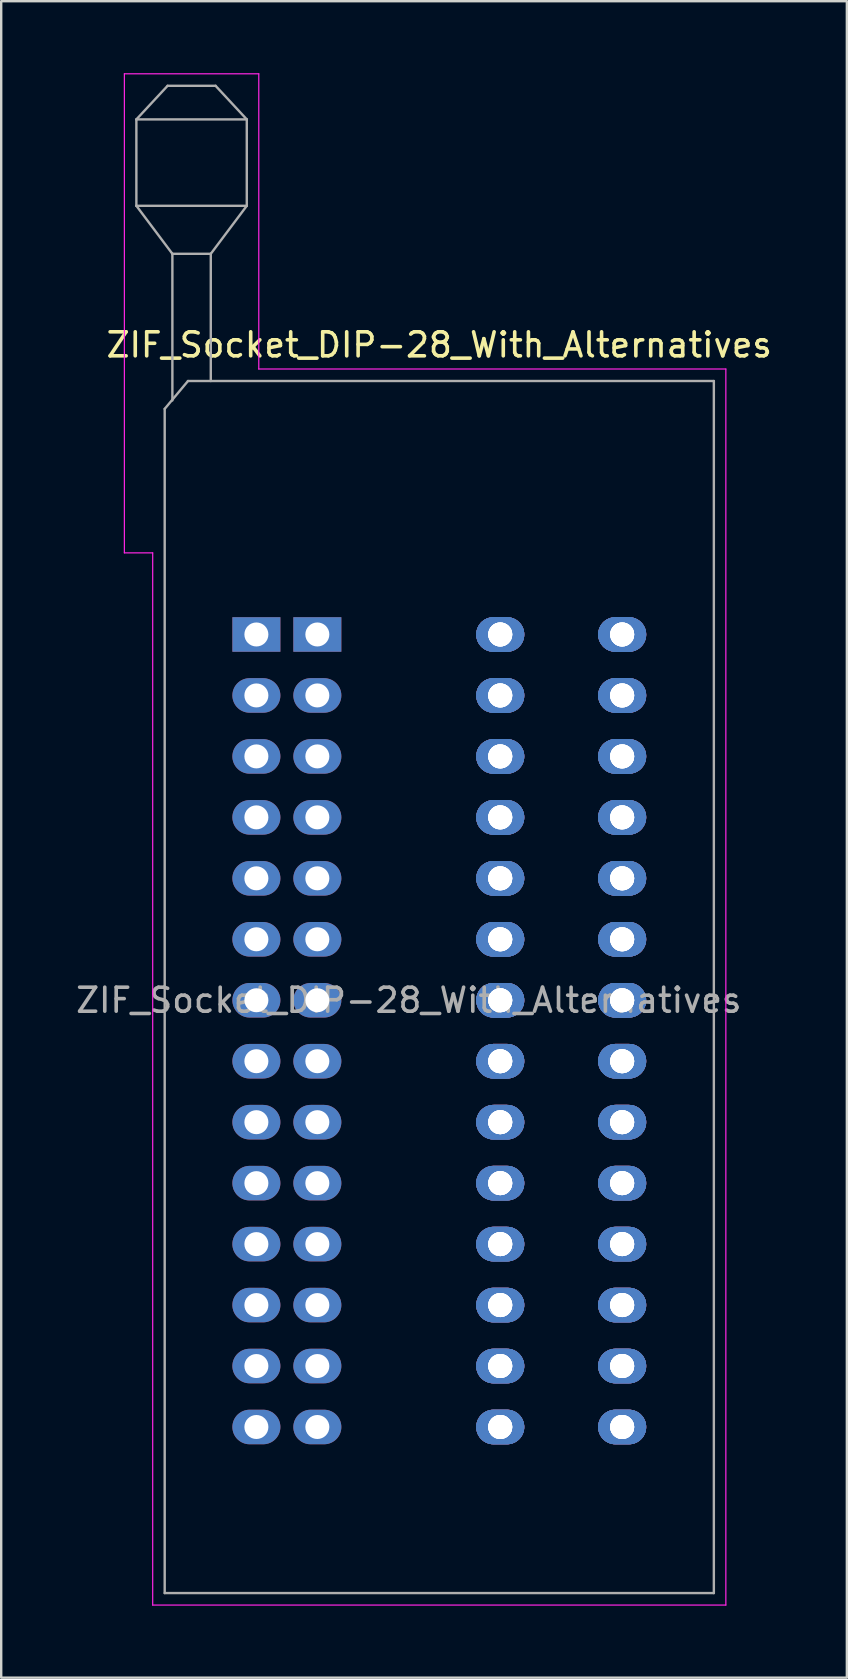
<source format=kicad_pcb>
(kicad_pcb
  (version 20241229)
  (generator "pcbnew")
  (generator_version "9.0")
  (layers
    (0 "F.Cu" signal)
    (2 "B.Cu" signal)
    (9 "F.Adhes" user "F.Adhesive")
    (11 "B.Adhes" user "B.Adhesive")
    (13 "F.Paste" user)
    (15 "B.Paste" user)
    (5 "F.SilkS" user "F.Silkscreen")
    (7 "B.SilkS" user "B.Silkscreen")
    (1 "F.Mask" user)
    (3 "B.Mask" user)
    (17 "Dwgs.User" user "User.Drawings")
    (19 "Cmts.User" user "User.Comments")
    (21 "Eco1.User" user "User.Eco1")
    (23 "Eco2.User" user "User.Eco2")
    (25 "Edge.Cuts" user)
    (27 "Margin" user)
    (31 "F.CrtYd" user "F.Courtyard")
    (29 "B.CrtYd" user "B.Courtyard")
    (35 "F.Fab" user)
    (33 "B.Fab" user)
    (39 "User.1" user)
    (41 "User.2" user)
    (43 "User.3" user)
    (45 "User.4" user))
  (footprint "ZIF_Socket_DIP-28_With_Alternatives"
    (layer "F.Cu")
    (at 7.632 23.385)
    (property "Reference" "ZIF_Socket_DIP-28_With_Alternatives" (at 7.62 -12.065 0) (layer "F.SilkS") (effects (font (size 1 1) (thickness 0.15))))
    (attr through_hole)
    (fp_line (start -5.5 -23.36) (end 0.1 -23.36) (stroke (width 0.05) (type solid)) (layer "F.CrtYd"))
    (fp_line (start -5.5 -3.4) (end -5.5 -23.36) (stroke (width 0.05) (type solid)) (layer "F.CrtYd"))
    (fp_line (start -4.32 -3.4) (end -5.5 -3.4) (stroke (width 0.05) (type solid)) (layer "F.CrtYd"))
    (fp_line (start -4.32 40.44) (end -4.32 -3.4) (stroke (width 0.05) (type solid)) (layer "F.CrtYd"))
    (fp_line (start 0.1 -23.36) (end 0.1 -11.06) (stroke (width 0.05) (type solid)) (layer "F.CrtYd"))
    (fp_line (start 0.1 -11.06) (end 19.56 -11.06) (stroke (width 0.05) (type solid)) (layer "F.CrtYd"))
    (fp_line (start 19.56 -11.06) (end 19.56 40.44) (stroke (width 0.05) (type solid)) (layer "F.CrtYd"))
    (fp_line (start 19.56 40.44) (end -4.32 40.44) (stroke (width 0.05) (type solid)) (layer "F.CrtYd"))
    (fp_line (start -5 -21.46) (end -5 -17.86) (stroke (width 0.1) (type solid)) (layer "F.Fab"))
    (fp_line (start -5 -21.46) (end -3.7 -22.86) (stroke (width 0.1) (type solid)) (layer "F.Fab"))
    (fp_line (start -5 -17.86) (end -3.5 -15.86) (stroke (width 0.1) (type solid)) (layer "F.Fab"))
    (fp_line (start -5 -17.86) (end -0.4 -17.86) (stroke (width 0.1) (type solid)) (layer "F.Fab"))
    (fp_line (start -3.82 -9.4) (end -2.85 -10.56) (stroke (width 0.1) (type solid)) (layer "F.Fab"))
    (fp_line (start -3.82 39.94) (end -3.82 -9.4) (stroke (width 0.1) (type solid)) (layer "F.Fab"))
    (fp_line (start -3.7 -22.86) (end -1.7 -22.86) (stroke (width 0.1) (type solid)) (layer "F.Fab"))
    (fp_line (start -3.5 -15.86) (end -1.9 -15.86) (stroke (width 0.1) (type solid)) (layer "F.Fab"))
    (fp_line (start -3.5 -9.75) (end -3.5 -15.86) (stroke (width 0.1) (type solid)) (layer "F.Fab"))
    (fp_line (start -2.85 -10.56) (end 19.06 -10.56) (stroke (width 0.1) (type solid)) (layer "F.Fab"))
    (fp_line (start -1.9 -15.86) (end -1.9 -10.56) (stroke (width 0.1) (type solid)) (layer "F.Fab"))
    (fp_line (start -1.7 -22.86) (end -0.4 -21.46) (stroke (width 0.1) (type solid)) (layer "F.Fab"))
    (fp_line (start -0.4 -21.46) (end -5 -21.46) (stroke (width 0.1) (type solid)) (layer "F.Fab"))
    (fp_line (start -0.4 -17.86) (end -1.9 -15.86) (stroke (width 0.1) (type solid)) (layer "F.Fab"))
    (fp_line (start -0.4 -17.86) (end -0.4 -21.46) (stroke (width 0.1) (type solid)) (layer "F.Fab"))
    (fp_line (start 19.06 -10.56) (end 19.06 39.94) (stroke (width 0.1) (type solid)) (layer "F.Fab"))
    (fp_line (start 19.06 39.94) (end -3.82 39.94) (stroke (width 0.1) (type solid)) (layer "F.Fab"))
    (fp_text user "${REFERENCE}" (at 6.35 15.24 0) (layer "F.Fab") (effects (font (size 1 1) (thickness 0.15))))
    (pad "1" thru_hole rect (at 0 0) (size 2 1.44) (drill 1) (layers "*.Cu" "*.Mask"))
    (pad "1" thru_hole rect (at 2.54 0) (size 2 1.44) (drill 1) (layers "*.Cu" "*.Mask"))
    (pad "2" thru_hole oval (at 0 2.54) (size 2 1.44) (drill 1) (layers "*.Cu" "*.Mask"))
    (pad "2" thru_hole oval (at 2.54 2.54) (size 2 1.44) (drill 1) (layers "*.Cu" "*.Mask"))
    (pad "3" thru_hole oval (at 0 5.08) (size 2 1.44) (drill 1) (layers "*.Cu" "*.Mask"))
    (pad "3" thru_hole oval (at 2.54 5.08) (size 2 1.44) (drill 1) (layers "*.Cu" "*.Mask"))
    (pad "4" thru_hole oval (at 0 7.62) (size 2 1.44) (drill 1) (layers "*.Cu" "*.Mask"))
    (pad "4" thru_hole oval (at 2.54 7.62) (size 2 1.44) (drill 1) (layers "*.Cu" "*.Mask"))
    (pad "5" thru_hole oval (at 0 10.16) (size 2 1.44) (drill 1) (layers "*.Cu" "*.Mask"))
    (pad "5" thru_hole oval (at 2.54 10.16) (size 2 1.44) (drill 1) (layers "*.Cu" "*.Mask"))
    (pad "6" thru_hole oval (at 0 12.7) (size 2 1.44) (drill 1) (layers "*.Cu" "*.Mask"))
    (pad "6" thru_hole oval (at 2.54 12.7) (size 2 1.44) (drill 1) (layers "*.Cu" "*.Mask"))
    (pad "7" thru_hole oval (at 0 15.24) (size 2 1.44) (drill 1) (layers "*.Cu" "*.Mask"))
    (pad "7" thru_hole oval (at 2.54 15.24) (size 2 1.44) (drill 1) (layers "*.Cu" "*.Mask"))
    (pad "8" thru_hole oval (at 0 17.78) (size 2 1.44) (drill 1) (layers "*.Cu" "*.Mask"))
    (pad "8" thru_hole oval (at 2.54 17.78) (size 2 1.44) (drill 1) (layers "*.Cu" "*.Mask"))
    (pad "9" thru_hole oval (at 0 20.32) (size 2 1.44) (drill 1) (layers "*.Cu" "*.Mask"))
    (pad "9" thru_hole oval (at 2.54 20.32) (size 2 1.44) (drill 1) (layers "*.Cu" "*.Mask"))
    (pad "10" thru_hole oval (at 0 22.86) (size 2 1.44) (drill 1) (layers "*.Cu" "*.Mask"))
    (pad "10" thru_hole oval (at 2.54 22.86) (size 2 1.44) (drill 1) (layers "*.Cu" "*.Mask"))
    (pad "11" thru_hole oval (at 0 25.4) (size 2 1.44) (drill 1) (layers "*.Cu" "*.Mask"))
    (pad "11" thru_hole oval (at 2.54 25.4) (size 2 1.44) (drill 1) (layers "*.Cu" "*.Mask"))
    (pad "12" thru_hole oval (at 0 27.94) (size 2 1.44) (drill 1) (layers "*.Cu" "*.Mask"))
    (pad "12" thru_hole oval (at 2.54 27.94) (size 2 1.44) (drill 1) (layers "*.Cu" "*.Mask"))
    (pad "13" thru_hole oval (at 0 30.48) (size 2 1.44) (drill 1) (layers "*.Cu" "*.Mask"))
    (pad "13" thru_hole oval (at 2.54 30.48) (size 2 1.44) (drill 1) (layers "*.Cu" "*.Mask"))
    (pad "14" thru_hole oval (at 0 33.02) (size 2 1.44) (drill 1) (layers "*.Cu" "*.Mask"))
    (pad "14" thru_hole oval (at 2.54 33.02) (size 2 1.44) (drill 1) (layers "*.Cu" "*.Mask"))
    (pad "15" thru_hole oval (at 10.16 33.02) (size 2 1.44) (drill 1) (layers "*.Cu" "*.Mask"))
    (pad "15" thru_hole oval (at 10.16 33.02) (size 2 1.44) (drill 1) (layers "*.Cu" "*.Mask"))
    (pad "15" thru_hole oval (at 10.16 33.02) (size 2 1.44) (drill 1) (layers "*.Cu" "*.Mask"))
    (pad "15" thru_hole oval (at 10.16 33.02) (size 2 1.44) (drill 1) (layers "*.Cu" "*.Mask"))
    (pad "15" thru_hole oval (at 15.24 33.02) (size 2 1.44) (drill 1) (layers "*.Cu" "*.Mask"))
    (pad "15" thru_hole oval (at 15.24 33.02) (size 2 1.44) (drill 1) (layers "*.Cu" "*.Mask"))
    (pad "15" thru_hole oval (at 15.24 33.02) (size 2 1.44) (drill 1) (layers "*.Cu" "*.Mask"))
    (pad "15" thru_hole oval (at 15.24 33.02) (size 2 1.44) (drill 1) (layers "*.Cu" "*.Mask"))
    (pad "16" thru_hole oval (at 10.16 30.48) (size 2 1.44) (drill 1) (layers "*.Cu" "*.Mask"))
    (pad "16" thru_hole oval (at 10.16 30.48) (size 2 1.44) (drill 1) (layers "*.Cu" "*.Mask"))
    (pad "16" thru_hole oval (at 10.16 30.48) (size 2 1.44) (drill 1) (layers "*.Cu" "*.Mask"))
    (pad "16" thru_hole oval (at 10.16 30.48) (size 2 1.44) (drill 1) (layers "*.Cu" "*.Mask"))
    (pad "16" thru_hole oval (at 15.24 30.48) (size 2 1.44) (drill 1) (layers "*.Cu" "*.Mask"))
    (pad "16" thru_hole oval (at 15.24 30.48) (size 2 1.44) (drill 1) (layers "*.Cu" "*.Mask"))
    (pad "16" thru_hole oval (at 15.24 30.48) (size 2 1.44) (drill 1) (layers "*.Cu" "*.Mask"))
    (pad "16" thru_hole oval (at 15.24 30.48) (size 2 1.44) (drill 1) (layers "*.Cu" "*.Mask"))
    (pad "17" thru_hole oval (at 10.16 27.94) (size 2 1.44) (drill 1) (layers "*.Cu" "*.Mask"))
    (pad "17" thru_hole oval (at 10.16 27.94) (size 2 1.44) (drill 1) (layers "*.Cu" "*.Mask"))
    (pad "17" thru_hole oval (at 10.16 27.94) (size 2 1.44) (drill 1) (layers "*.Cu" "*.Mask"))
    (pad "17" thru_hole oval (at 10.16 27.94) (size 2 1.44) (drill 1) (layers "*.Cu" "*.Mask"))
    (pad "17" thru_hole oval (at 15.24 27.94) (size 2 1.44) (drill 1) (layers "*.Cu" "*.Mask"))
    (pad "17" thru_hole oval (at 15.24 27.94) (size 2 1.44) (drill 1) (layers "*.Cu" "*.Mask"))
    (pad "17" thru_hole oval (at 15.24 27.94) (size 2 1.44) (drill 1) (layers "*.Cu" "*.Mask"))
    (pad "17" thru_hole oval (at 15.24 27.94) (size 2 1.44) (drill 1) (layers "*.Cu" "*.Mask"))
    (pad "18" thru_hole oval (at 10.16 25.4) (size 2 1.44) (drill 1) (layers "*.Cu" "*.Mask"))
    (pad "18" thru_hole oval (at 10.16 25.4) (size 2 1.44) (drill 1) (layers "*.Cu" "*.Mask"))
    (pad "18" thru_hole oval (at 10.16 25.4) (size 2 1.44) (drill 1) (layers "*.Cu" "*.Mask"))
    (pad "18" thru_hole oval (at 10.16 25.4) (size 2 1.44) (drill 1) (layers "*.Cu" "*.Mask"))
    (pad "18" thru_hole oval (at 15.24 25.4) (size 2 1.44) (drill 1) (layers "*.Cu" "*.Mask"))
    (pad "18" thru_hole oval (at 15.24 25.4) (size 2 1.44) (drill 1) (layers "*.Cu" "*.Mask"))
    (pad "18" thru_hole oval (at 15.24 25.4) (size 2 1.44) (drill 1) (layers "*.Cu" "*.Mask"))
    (pad "18" thru_hole oval (at 15.24 25.4) (size 2 1.44) (drill 1) (layers "*.Cu" "*.Mask"))
    (pad "19" thru_hole oval (at 10.16 22.86) (size 2 1.44) (drill 1) (layers "*.Cu" "*.Mask"))
    (pad "19" thru_hole oval (at 10.16 22.86) (size 2 1.44) (drill 1) (layers "*.Cu" "*.Mask"))
    (pad "19" thru_hole oval (at 10.16 22.86) (size 2 1.44) (drill 1) (layers "*.Cu" "*.Mask"))
    (pad "19" thru_hole oval (at 10.16 22.86) (size 2 1.44) (drill 1) (layers "*.Cu" "*.Mask"))
    (pad "19" thru_hole oval (at 15.24 22.86) (size 2 1.44) (drill 1) (layers "*.Cu" "*.Mask"))
    (pad "19" thru_hole oval (at 15.24 22.86) (size 2 1.44) (drill 1) (layers "*.Cu" "*.Mask"))
    (pad "19" thru_hole oval (at 15.24 22.86) (size 2 1.44) (drill 1) (layers "*.Cu" "*.Mask"))
    (pad "19" thru_hole oval (at 15.24 22.86) (size 2 1.44) (drill 1) (layers "*.Cu" "*.Mask"))
    (pad "20" thru_hole oval (at 10.16 20.32) (size 2 1.44) (drill 1) (layers "*.Cu" "*.Mask"))
    (pad "20" thru_hole oval (at 10.16 20.32) (size 2 1.44) (drill 1) (layers "*.Cu" "*.Mask"))
    (pad "20" thru_hole oval (at 10.16 20.32) (size 2 1.44) (drill 1) (layers "*.Cu" "*.Mask"))
    (pad "20" thru_hole oval (at 10.16 20.32) (size 2 1.44) (drill 1) (layers "*.Cu" "*.Mask"))
    (pad "20" thru_hole oval (at 15.24 20.32) (size 2 1.44) (drill 1) (layers "*.Cu" "*.Mask"))
    (pad "20" thru_hole oval (at 15.24 20.32) (size 2 1.44) (drill 1) (layers "*.Cu" "*.Mask"))
    (pad "20" thru_hole oval (at 15.24 20.32) (size 2 1.44) (drill 1) (layers "*.Cu" "*.Mask"))
    (pad "20" thru_hole oval (at 15.24 20.32) (size 2 1.44) (drill 1) (layers "*.Cu" "*.Mask"))
    (pad "21" thru_hole oval (at 10.16 17.78) (size 2 1.44) (drill 1) (layers "*.Cu" "*.Mask"))
    (pad "21" thru_hole oval (at 10.16 17.78) (size 2 1.44) (drill 1) (layers "*.Cu" "*.Mask"))
    (pad "21" thru_hole oval (at 10.16 17.78) (size 2 1.44) (drill 1) (layers "*.Cu" "*.Mask"))
    (pad "21" thru_hole oval (at 10.16 17.78) (size 2 1.44) (drill 1) (layers "*.Cu" "*.Mask"))
    (pad "21" thru_hole oval (at 15.24 17.78) (size 2 1.44) (drill 1) (layers "*.Cu" "*.Mask"))
    (pad "21" thru_hole oval (at 15.24 17.78) (size 2 1.44) (drill 1) (layers "*.Cu" "*.Mask"))
    (pad "21" thru_hole oval (at 15.24 17.78) (size 2 1.44) (drill 1) (layers "*.Cu" "*.Mask"))
    (pad "21" thru_hole oval (at 15.24 17.78) (size 2 1.44) (drill 1) (layers "*.Cu" "*.Mask"))
    (pad "22" thru_hole oval (at 10.16 15.24) (size 2 1.44) (drill 1) (layers "*.Cu" "*.Mask"))
    (pad "22" thru_hole oval (at 10.16 15.24) (size 2 1.44) (drill 1) (layers "*.Cu" "*.Mask"))
    (pad "22" thru_hole oval (at 10.16 15.24) (size 2 1.44) (drill 1) (layers "*.Cu" "*.Mask"))
    (pad "22" thru_hole oval (at 10.16 15.24) (size 2 1.44) (drill 1) (layers "*.Cu" "*.Mask"))
    (pad "22" thru_hole oval (at 15.24 15.24) (size 2 1.44) (drill 1) (layers "*.Cu" "*.Mask"))
    (pad "22" thru_hole oval (at 15.24 15.24) (size 2 1.44) (drill 1) (layers "*.Cu" "*.Mask"))
    (pad "22" thru_hole oval (at 15.24 15.24) (size 2 1.44) (drill 1) (layers "*.Cu" "*.Mask"))
    (pad "22" thru_hole oval (at 15.24 15.24) (size 2 1.44) (drill 1) (layers "*.Cu" "*.Mask"))
    (pad "23" thru_hole oval (at 10.16 12.7) (size 2 1.44) (drill 1) (layers "*.Cu" "*.Mask"))
    (pad "23" thru_hole oval (at 10.16 12.7) (size 2 1.44) (drill 1) (layers "*.Cu" "*.Mask"))
    (pad "23" thru_hole oval (at 10.16 12.7) (size 2 1.44) (drill 1) (layers "*.Cu" "*.Mask"))
    (pad "23" thru_hole oval (at 10.16 12.7) (size 2 1.44) (drill 1) (layers "*.Cu" "*.Mask"))
    (pad "23" thru_hole oval (at 15.24 12.7) (size 2 1.44) (drill 1) (layers "*.Cu" "*.Mask"))
    (pad "23" thru_hole oval (at 15.24 12.7) (size 2 1.44) (drill 1) (layers "*.Cu" "*.Mask"))
    (pad "23" thru_hole oval (at 15.24 12.7) (size 2 1.44) (drill 1) (layers "*.Cu" "*.Mask"))
    (pad "23" thru_hole oval (at 15.24 12.7) (size 2 1.44) (drill 1) (layers "*.Cu" "*.Mask"))
    (pad "24" thru_hole oval (at 10.16 10.16) (size 2 1.44) (drill 1) (layers "*.Cu" "*.Mask"))
    (pad "24" thru_hole oval (at 10.16 10.16) (size 2 1.44) (drill 1) (layers "*.Cu" "*.Mask"))
    (pad "24" thru_hole oval (at 10.16 10.16) (size 2 1.44) (drill 1) (layers "*.Cu" "*.Mask"))
    (pad "24" thru_hole oval (at 10.16 10.16) (size 2 1.44) (drill 1) (layers "*.Cu" "*.Mask"))
    (pad "24" thru_hole oval (at 15.24 10.16) (size 2 1.44) (drill 1) (layers "*.Cu" "*.Mask"))
    (pad "24" thru_hole oval (at 15.24 10.16) (size 2 1.44) (drill 1) (layers "*.Cu" "*.Mask"))
    (pad "24" thru_hole oval (at 15.24 10.16) (size 2 1.44) (drill 1) (layers "*.Cu" "*.Mask"))
    (pad "24" thru_hole oval (at 15.24 10.16) (size 2 1.44) (drill 1) (layers "*.Cu" "*.Mask"))
    (pad "25" thru_hole oval (at 10.16 7.62) (size 2 1.44) (drill 1) (layers "*.Cu" "*.Mask"))
    (pad "25" thru_hole oval (at 10.16 7.62) (size 2 1.44) (drill 1) (layers "*.Cu" "*.Mask"))
    (pad "25" thru_hole oval (at 10.16 7.62) (size 2 1.44) (drill 1) (layers "*.Cu" "*.Mask"))
    (pad "25" thru_hole oval (at 10.16 7.62) (size 2 1.44) (drill 1) (layers "*.Cu" "*.Mask"))
    (pad "25" thru_hole oval (at 15.24 7.62) (size 2 1.44) (drill 1) (layers "*.Cu" "*.Mask"))
    (pad "25" thru_hole oval (at 15.24 7.62) (size 2 1.44) (drill 1) (layers "*.Cu" "*.Mask"))
    (pad "25" thru_hole oval (at 15.24 7.62) (size 2 1.44) (drill 1) (layers "*.Cu" "*.Mask"))
    (pad "25" thru_hole oval (at 15.24 7.62) (size 2 1.44) (drill 1) (layers "*.Cu" "*.Mask"))
    (pad "26" thru_hole oval (at 10.16 5.08) (size 2 1.44) (drill 1) (layers "*.Cu" "*.Mask"))
    (pad "26" thru_hole oval (at 10.16 5.08) (size 2 1.44) (drill 1) (layers "*.Cu" "*.Mask"))
    (pad "26" thru_hole oval (at 10.16 5.08) (size 2 1.44) (drill 1) (layers "*.Cu" "*.Mask"))
    (pad "26" thru_hole oval (at 10.16 5.08) (size 2 1.44) (drill 1) (layers "*.Cu" "*.Mask"))
    (pad "26" thru_hole oval (at 15.24 5.08) (size 2 1.44) (drill 1) (layers "*.Cu" "*.Mask"))
    (pad "26" thru_hole oval (at 15.24 5.08) (size 2 1.44) (drill 1) (layers "*.Cu" "*.Mask"))
    (pad "26" thru_hole oval (at 15.24 5.08) (size 2 1.44) (drill 1) (layers "*.Cu" "*.Mask"))
    (pad "26" thru_hole oval (at 15.24 5.08) (size 2 1.44) (drill 1) (layers "*.Cu" "*.Mask"))
    (pad "27" thru_hole oval (at 10.16 2.54) (size 2 1.44) (drill 1) (layers "*.Cu" "*.Mask"))
    (pad "27" thru_hole oval (at 10.16 2.54) (size 2 1.44) (drill 1) (layers "*.Cu" "*.Mask"))
    (pad "27" thru_hole oval (at 10.16 2.54) (size 2 1.44) (drill 1) (layers "*.Cu" "*.Mask"))
    (pad "27" thru_hole oval (at 10.16 2.54) (size 2 1.44) (drill 1) (layers "*.Cu" "*.Mask"))
    (pad "27" thru_hole oval (at 15.24 2.54) (size 2 1.44) (drill 1) (layers "*.Cu" "*.Mask"))
    (pad "27" thru_hole oval (at 15.24 2.54) (size 2 1.44) (drill 1) (layers "*.Cu" "*.Mask"))
    (pad "27" thru_hole oval (at 15.24 2.54) (size 2 1.44) (drill 1) (layers "*.Cu" "*.Mask"))
    (pad "27" thru_hole oval (at 15.24 2.54) (size 2 1.44) (drill 1) (layers "*.Cu" "*.Mask"))
    (pad "28" thru_hole oval (at 10.16 0) (size 2 1.44) (drill 1) (layers "*.Cu" "*.Mask"))
    (pad "28" thru_hole oval (at 10.16 0) (size 2 1.44) (drill 1) (layers "*.Cu" "*.Mask"))
    (pad "28" thru_hole oval (at 10.16 0) (size 2 1.44) (drill 1) (layers "*.Cu" "*.Mask"))
    (pad "28" thru_hole oval (at 10.16 0) (size 2 1.44) (drill 1) (layers "*.Cu" "*.Mask"))
    (pad "28" thru_hole oval (at 15.24 0) (size 2 1.44) (drill 1) (layers "*.Cu" "*.Mask"))
    (pad "28" thru_hole oval (at 15.24 0) (size 2 1.44) (drill 1) (layers "*.Cu" "*.Mask"))
    (pad "28" thru_hole oval (at 15.24 0) (size 2 1.44) (drill 1) (layers "*.Cu" "*.Mask"))
    (pad "28" thru_hole oval (at 15.24 0) (size 2 1.44) (drill 1) (layers "*.Cu" "*.Mask")))
  (gr_rect
    (start -3 -3)
    (end 32.234 66.85)
    (stroke (width 0.1) (type default))
    (fill no)
    (layer "Edge.Cuts")))
</source>
